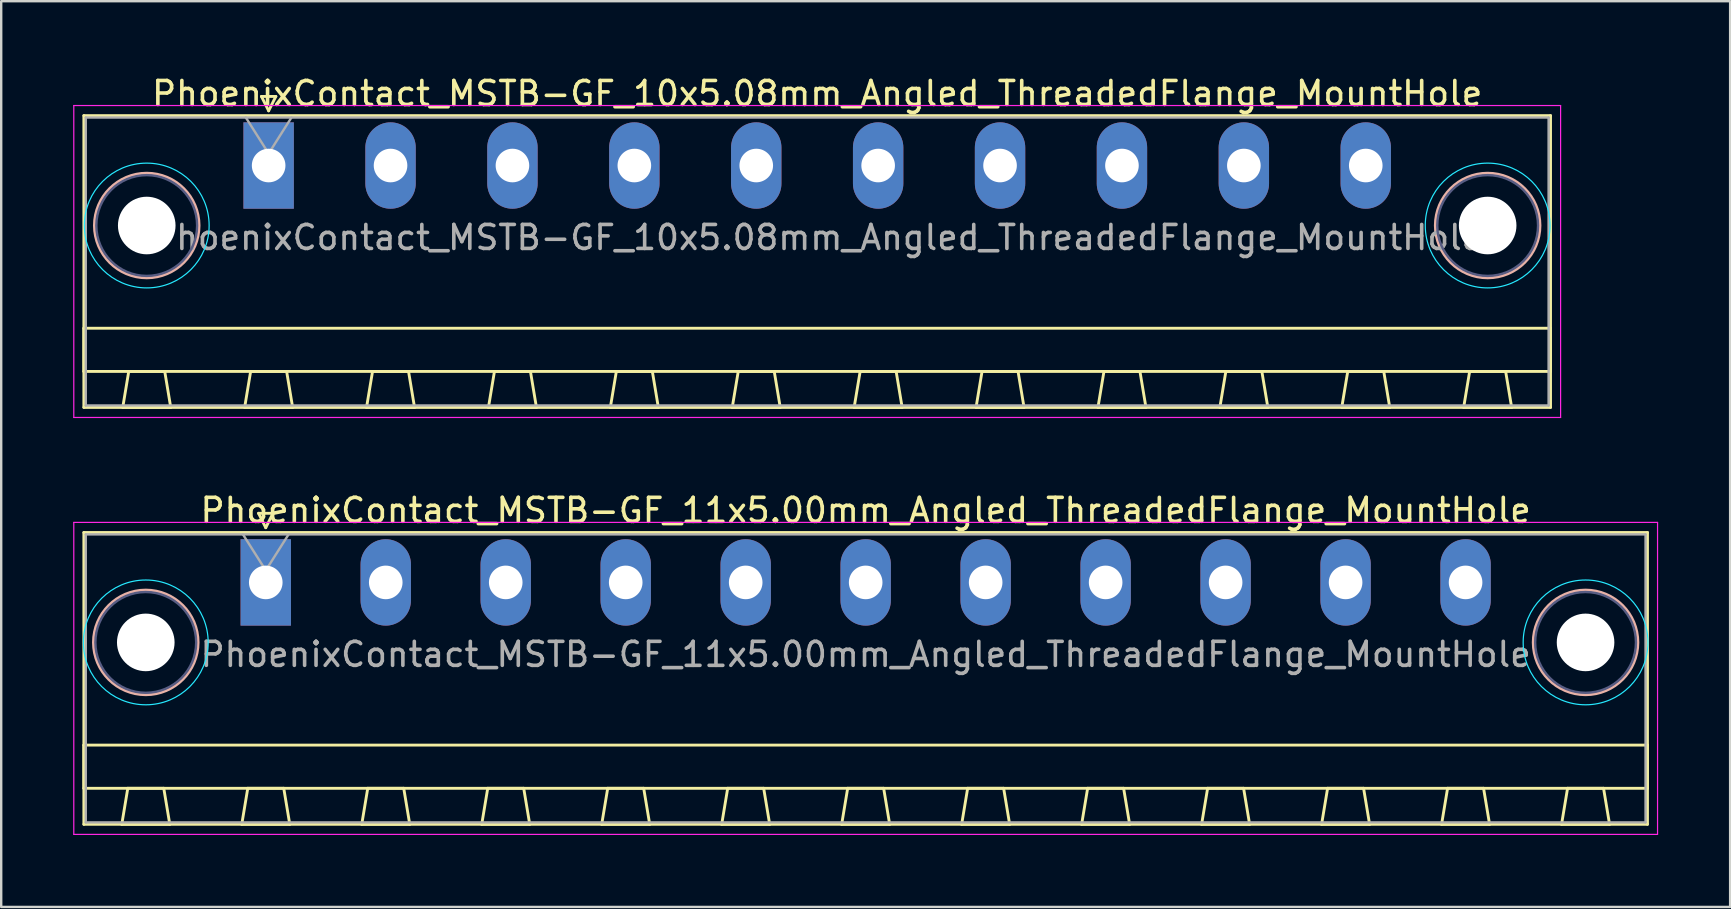
<source format=kicad_pcb>
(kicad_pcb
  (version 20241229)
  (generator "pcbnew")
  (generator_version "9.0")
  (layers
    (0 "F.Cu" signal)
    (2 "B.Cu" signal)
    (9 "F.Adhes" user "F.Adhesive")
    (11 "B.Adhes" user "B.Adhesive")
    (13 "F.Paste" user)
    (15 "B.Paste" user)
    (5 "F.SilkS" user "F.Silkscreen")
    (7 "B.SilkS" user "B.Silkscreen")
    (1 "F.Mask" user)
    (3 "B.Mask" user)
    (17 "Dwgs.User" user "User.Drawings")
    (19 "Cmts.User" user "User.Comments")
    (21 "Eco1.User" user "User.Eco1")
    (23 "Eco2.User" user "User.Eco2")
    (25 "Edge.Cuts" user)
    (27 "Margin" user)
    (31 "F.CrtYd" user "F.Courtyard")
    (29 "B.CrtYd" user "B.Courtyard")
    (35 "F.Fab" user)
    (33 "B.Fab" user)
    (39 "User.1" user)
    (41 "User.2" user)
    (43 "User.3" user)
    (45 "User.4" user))
  (footprint "PhoenixContact_MSTB-GF_10x5.08mm_Angled_ThreadedFlange_MountHole"
    (layer "F.Cu")
    (at 8.145 3.848)
    (property "Reference" "PhoenixContact_MSTB-GF_10x5.08mm_Angled_ThreadedFlange_MountHole" (at 22.86 -3 0) (layer "F.SilkS") (effects (font (size 1 1) (thickness 0.15))))
    (attr through_hole)
    (fp_line (start -7.7 -2.08) (end -7.7 10.08) (stroke (width 0.12) (type solid)) (layer "F.SilkS"))
    (fp_line (start -7.7 6.78) (end 53.42 6.78) (stroke (width 0.12) (type solid)) (layer "F.SilkS"))
    (fp_line (start -7.7 8.58) (end -7.7 6.78) (stroke (width 0.12) (type solid)) (layer "F.SilkS"))
    (fp_line (start -7.7 10.08) (end 53.42 10.08) (stroke (width 0.12) (type solid)) (layer "F.SilkS"))
    (fp_line (start -6.08 10.08) (end -4.08 10.08) (stroke (width 0.12) (type solid)) (layer "F.SilkS"))
    (fp_line (start -5.83 8.58) (end -6.08 10.08) (stroke (width 0.12) (type solid)) (layer "F.SilkS"))
    (fp_line (start -4.33 8.58) (end -5.83 8.58) (stroke (width 0.12) (type solid)) (layer "F.SilkS"))
    (fp_line (start -4.08 10.08) (end -4.33 8.58) (stroke (width 0.12) (type solid)) (layer "F.SilkS"))
    (fp_line (start -1 10.08) (end 1 10.08) (stroke (width 0.12) (type solid)) (layer "F.SilkS"))
    (fp_line (start -0.75 8.58) (end -1 10.08) (stroke (width 0.12) (type solid)) (layer "F.SilkS"))
    (fp_line (start -0.3 -2.88) (end 0.3 -2.88) (stroke (width 0.12) (type solid)) (layer "F.SilkS"))
    (fp_line (start 0 -2.28) (end -0.3 -2.88) (stroke (width 0.12) (type solid)) (layer "F.SilkS"))
    (fp_line (start 0.3 -2.88) (end 0 -2.28) (stroke (width 0.12) (type solid)) (layer "F.SilkS"))
    (fp_line (start 0.75 8.58) (end -0.75 8.58) (stroke (width 0.12) (type solid)) (layer "F.SilkS"))
    (fp_line (start 1 10.08) (end 0.75 8.58) (stroke (width 0.12) (type solid)) (layer "F.SilkS"))
    (fp_line (start 4.08 10.08) (end 6.08 10.08) (stroke (width 0.12) (type solid)) (layer "F.SilkS"))
    (fp_line (start 4.33 8.58) (end 4.08 10.08) (stroke (width 0.12) (type solid)) (layer "F.SilkS"))
    (fp_line (start 5.83 8.58) (end 4.33 8.58) (stroke (width 0.12) (type solid)) (layer "F.SilkS"))
    (fp_line (start 6.08 10.08) (end 5.83 8.58) (stroke (width 0.12) (type solid)) (layer "F.SilkS"))
    (fp_line (start 9.16 10.08) (end 11.16 10.08) (stroke (width 0.12) (type solid)) (layer "F.SilkS"))
    (fp_line (start 9.41 8.58) (end 9.16 10.08) (stroke (width 0.12) (type solid)) (layer "F.SilkS"))
    (fp_line (start 10.91 8.58) (end 9.41 8.58) (stroke (width 0.12) (type solid)) (layer "F.SilkS"))
    (fp_line (start 11.16 10.08) (end 10.91 8.58) (stroke (width 0.12) (type solid)) (layer "F.SilkS"))
    (fp_line (start 14.24 10.08) (end 16.24 10.08) (stroke (width 0.12) (type solid)) (layer "F.SilkS"))
    (fp_line (start 14.49 8.58) (end 14.24 10.08) (stroke (width 0.12) (type solid)) (layer "F.SilkS"))
    (fp_line (start 15.99 8.58) (end 14.49 8.58) (stroke (width 0.12) (type solid)) (layer "F.SilkS"))
    (fp_line (start 16.24 10.08) (end 15.99 8.58) (stroke (width 0.12) (type solid)) (layer "F.SilkS"))
    (fp_line (start 19.32 10.08) (end 21.32 10.08) (stroke (width 0.12) (type solid)) (layer "F.SilkS"))
    (fp_line (start 19.57 8.58) (end 19.32 10.08) (stroke (width 0.12) (type solid)) (layer "F.SilkS"))
    (fp_line (start 21.07 8.58) (end 19.57 8.58) (stroke (width 0.12) (type solid)) (layer "F.SilkS"))
    (fp_line (start 21.32 10.08) (end 21.07 8.58) (stroke (width 0.12) (type solid)) (layer "F.SilkS"))
    (fp_line (start 24.4 10.08) (end 26.4 10.08) (stroke (width 0.12) (type solid)) (layer "F.SilkS"))
    (fp_line (start 24.65 8.58) (end 24.4 10.08) (stroke (width 0.12) (type solid)) (layer "F.SilkS"))
    (fp_line (start 26.15 8.58) (end 24.65 8.58) (stroke (width 0.12) (type solid)) (layer "F.SilkS"))
    (fp_line (start 26.4 10.08) (end 26.15 8.58) (stroke (width 0.12) (type solid)) (layer "F.SilkS"))
    (fp_line (start 29.48 10.08) (end 31.48 10.08) (stroke (width 0.12) (type solid)) (layer "F.SilkS"))
    (fp_line (start 29.73 8.58) (end 29.48 10.08) (stroke (width 0.12) (type solid)) (layer "F.SilkS"))
    (fp_line (start 31.23 8.58) (end 29.73 8.58) (stroke (width 0.12) (type solid)) (layer "F.SilkS"))
    (fp_line (start 31.48 10.08) (end 31.23 8.58) (stroke (width 0.12) (type solid)) (layer "F.SilkS"))
    (fp_line (start 34.56 10.08) (end 36.56 10.08) (stroke (width 0.12) (type solid)) (layer "F.SilkS"))
    (fp_line (start 34.81 8.58) (end 34.56 10.08) (stroke (width 0.12) (type solid)) (layer "F.SilkS"))
    (fp_line (start 36.31 8.58) (end 34.81 8.58) (stroke (width 0.12) (type solid)) (layer "F.SilkS"))
    (fp_line (start 36.56 10.08) (end 36.31 8.58) (stroke (width 0.12) (type solid)) (layer "F.SilkS"))
    (fp_line (start 39.64 10.08) (end 41.64 10.08) (stroke (width 0.12) (type solid)) (layer "F.SilkS"))
    (fp_line (start 39.89 8.58) (end 39.64 10.08) (stroke (width 0.12) (type solid)) (layer "F.SilkS"))
    (fp_line (start 41.39 8.58) (end 39.89 8.58) (stroke (width 0.12) (type solid)) (layer "F.SilkS"))
    (fp_line (start 41.64 10.08) (end 41.39 8.58) (stroke (width 0.12) (type solid)) (layer "F.SilkS"))
    (fp_line (start 44.72 10.08) (end 46.72 10.08) (stroke (width 0.12) (type solid)) (layer "F.SilkS"))
    (fp_line (start 44.97 8.58) (end 44.72 10.08) (stroke (width 0.12) (type solid)) (layer "F.SilkS"))
    (fp_line (start 46.47 8.58) (end 44.97 8.58) (stroke (width 0.12) (type solid)) (layer "F.SilkS"))
    (fp_line (start 46.72 10.08) (end 46.47 8.58) (stroke (width 0.12) (type solid)) (layer "F.SilkS"))
    (fp_line (start 49.8 10.08) (end 51.8 10.08) (stroke (width 0.12) (type solid)) (layer "F.SilkS"))
    (fp_line (start 50.05 8.58) (end 49.8 10.08) (stroke (width 0.12) (type solid)) (layer "F.SilkS"))
    (fp_line (start 51.55 8.58) (end 50.05 8.58) (stroke (width 0.12) (type solid)) (layer "F.SilkS"))
    (fp_line (start 51.8 10.08) (end 51.55 8.58) (stroke (width 0.12) (type solid)) (layer "F.SilkS"))
    (fp_line (start 53.42 -2.08) (end -7.7 -2.08) (stroke (width 0.12) (type solid)) (layer "F.SilkS"))
    (fp_line (start 53.42 6.78) (end 53.42 8.58) (stroke (width 0.12) (type solid)) (layer "F.SilkS"))
    (fp_line (start 53.42 8.58) (end -7.7 8.58) (stroke (width 0.12) (type solid)) (layer "F.SilkS"))
    (fp_line (start 53.42 10.08) (end 53.42 -2.08) (stroke (width 0.12) (type solid)) (layer "F.SilkS"))
    (fp_circle (center -5.08 2.5) (end -2.9 2.5) (stroke (width 0.12) (type solid)) (fill no) (layer "B.SilkS"))
    (fp_circle (center 50.8 2.5) (end 52.98 2.5) (stroke (width 0.12) (type solid)) (fill no) (layer "B.SilkS"))
    (fp_circle (center -5.08 2.5) (end -2.48 2.5) (stroke (width 0.05) (type solid)) (fill no) (layer "B.CrtYd"))
    (fp_circle (center 50.8 2.5) (end 53.4 2.5) (stroke (width 0.05) (type solid)) (fill no) (layer "B.CrtYd"))
    (fp_line (start -8.12 -2.5) (end -8.12 10.5) (stroke (width 0.05) (type solid)) (layer "F.CrtYd"))
    (fp_line (start -8.12 10.5) (end 53.84 10.5) (stroke (width 0.05) (type solid)) (layer "F.CrtYd"))
    (fp_line (start 53.84 -2.5) (end -8.12 -2.5) (stroke (width 0.05) (type solid)) (layer "F.CrtYd"))
    (fp_line (start 53.84 10.5) (end 53.84 -2.5) (stroke (width 0.05) (type solid)) (layer "F.CrtYd"))
    (fp_circle (center -5.08 2.5) (end -2.98 2.5) (stroke (width 0.1) (type solid)) (fill no) (layer "B.Fab"))
    (fp_circle (center 50.8 2.5) (end 52.9 2.5) (stroke (width 0.1) (type solid)) (fill no) (layer "B.Fab"))
    (fp_line (start -7.62 -2) (end -7.62 10) (stroke (width 0.1) (type solid)) (layer "F.Fab"))
    (fp_line (start -7.62 10) (end 53.34 10) (stroke (width 0.1) (type solid)) (layer "F.Fab"))
    (fp_line (start 0 -0.5) (end -0.95 -2) (stroke (width 0.1) (type solid)) (layer "F.Fab"))
    (fp_line (start 0.95 -2) (end 0 -0.5) (stroke (width 0.1) (type solid)) (layer "F.Fab"))
    (fp_line (start 53.34 -2) (end -7.62 -2) (stroke (width 0.1) (type solid)) (layer "F.Fab"))
    (fp_line (start 53.34 10) (end 53.34 -2) (stroke (width 0.1) (type solid)) (layer "F.Fab"))
    (fp_text user "${REFERENCE}" (at 22.86 3 0) (layer "F.Fab") (effects (font (size 1 1) (thickness 0.15))))
    (pad "" np_thru_hole circle (at -5.08 2.5) (size 2.4 2.4) (drill 2.4) (layers "*.Cu" "*.Mask"))
    (pad "" np_thru_hole circle (at 50.8 2.5) (size 2.4 2.4) (drill 2.4) (layers "*.Cu" "*.Mask"))
    (pad "1" thru_hole rect (at 0 0) (size 2.1 3.6) (drill 1.4) (layers "*.Cu" "*.Mask"))
    (pad "2" thru_hole oval (at 5.08 0) (size 2.1 3.6) (drill 1.4) (layers "*.Cu" "*.Mask"))
    (pad "3" thru_hole oval (at 10.16 0) (size 2.1 3.6) (drill 1.4) (layers "*.Cu" "*.Mask"))
    (pad "4" thru_hole oval (at 15.24 0) (size 2.1 3.6) (drill 1.4) (layers "*.Cu" "*.Mask"))
    (pad "5" thru_hole oval (at 20.32 0) (size 2.1 3.6) (drill 1.4) (layers "*.Cu" "*.Mask"))
    (pad "6" thru_hole oval (at 25.4 0) (size 2.1 3.6) (drill 1.4) (layers "*.Cu" "*.Mask"))
    (pad "7" thru_hole oval (at 30.48 0) (size 2.1 3.6) (drill 1.4) (layers "*.Cu" "*.Mask"))
    (pad "8" thru_hole oval (at 35.56 0) (size 2.1 3.6) (drill 1.4) (layers "*.Cu" "*.Mask"))
    (pad "9" thru_hole oval (at 40.64 0) (size 2.1 3.6) (drill 1.4) (layers "*.Cu" "*.Mask"))
    (pad "10" thru_hole oval (at 45.72 0) (size 2.1 3.6) (drill 1.4) (layers "*.Cu" "*.Mask")))
  (footprint "PhoenixContact_MSTB-GF_11x5.00mm_Angled_ThreadedFlange_MountHole"
    (layer "F.Cu")
    (at 8.025 21.221)
    (property "Reference" "PhoenixContact_MSTB-GF_11x5.00mm_Angled_ThreadedFlange_MountHole" (at 25 -3 0) (layer "F.SilkS") (effects (font (size 1 1) (thickness 0.15))))
    (attr through_hole)
    (fp_line (start -7.58 -2.08) (end -7.58 10.08) (stroke (width 0.12) (type solid)) (layer "F.SilkS"))
    (fp_line (start -7.58 6.78) (end 57.58 6.78) (stroke (width 0.12) (type solid)) (layer "F.SilkS"))
    (fp_line (start -7.58 8.58) (end -7.58 6.78) (stroke (width 0.12) (type solid)) (layer "F.SilkS"))
    (fp_line (start -7.58 10.08) (end 57.58 10.08) (stroke (width 0.12) (type solid)) (layer "F.SilkS"))
    (fp_line (start -6 10.08) (end -4 10.08) (stroke (width 0.12) (type solid)) (layer "F.SilkS"))
    (fp_line (start -5.75 8.58) (end -6 10.08) (stroke (width 0.12) (type solid)) (layer "F.SilkS"))
    (fp_line (start -4.25 8.58) (end -5.75 8.58) (stroke (width 0.12) (type solid)) (layer "F.SilkS"))
    (fp_line (start -4 10.08) (end -4.25 8.58) (stroke (width 0.12) (type solid)) (layer "F.SilkS"))
    (fp_line (start -1 10.08) (end 1 10.08) (stroke (width 0.12) (type solid)) (layer "F.SilkS"))
    (fp_line (start -0.75 8.58) (end -1 10.08) (stroke (width 0.12) (type solid)) (layer "F.SilkS"))
    (fp_line (start -0.3 -2.88) (end 0.3 -2.88) (stroke (width 0.12) (type solid)) (layer "F.SilkS"))
    (fp_line (start 0 -2.28) (end -0.3 -2.88) (stroke (width 0.12) (type solid)) (layer "F.SilkS"))
    (fp_line (start 0.3 -2.88) (end 0 -2.28) (stroke (width 0.12) (type solid)) (layer "F.SilkS"))
    (fp_line (start 0.75 8.58) (end -0.75 8.58) (stroke (width 0.12) (type solid)) (layer "F.SilkS"))
    (fp_line (start 1 10.08) (end 0.75 8.58) (stroke (width 0.12) (type solid)) (layer "F.SilkS"))
    (fp_line (start 4 10.08) (end 6 10.08) (stroke (width 0.12) (type solid)) (layer "F.SilkS"))
    (fp_line (start 4.25 8.58) (end 4 10.08) (stroke (width 0.12) (type solid)) (layer "F.SilkS"))
    (fp_line (start 5.75 8.58) (end 4.25 8.58) (stroke (width 0.12) (type solid)) (layer "F.SilkS"))
    (fp_line (start 6 10.08) (end 5.75 8.58) (stroke (width 0.12) (type solid)) (layer "F.SilkS"))
    (fp_line (start 9 10.08) (end 11 10.08) (stroke (width 0.12) (type solid)) (layer "F.SilkS"))
    (fp_line (start 9.25 8.58) (end 9 10.08) (stroke (width 0.12) (type solid)) (layer "F.SilkS"))
    (fp_line (start 10.75 8.58) (end 9.25 8.58) (stroke (width 0.12) (type solid)) (layer "F.SilkS"))
    (fp_line (start 11 10.08) (end 10.75 8.58) (stroke (width 0.12) (type solid)) (layer "F.SilkS"))
    (fp_line (start 14 10.08) (end 16 10.08) (stroke (width 0.12) (type solid)) (layer "F.SilkS"))
    (fp_line (start 14.25 8.58) (end 14 10.08) (stroke (width 0.12) (type solid)) (layer "F.SilkS"))
    (fp_line (start 15.75 8.58) (end 14.25 8.58) (stroke (width 0.12) (type solid)) (layer "F.SilkS"))
    (fp_line (start 16 10.08) (end 15.75 8.58) (stroke (width 0.12) (type solid)) (layer "F.SilkS"))
    (fp_line (start 19 10.08) (end 21 10.08) (stroke (width 0.12) (type solid)) (layer "F.SilkS"))
    (fp_line (start 19.25 8.58) (end 19 10.08) (stroke (width 0.12) (type solid)) (layer "F.SilkS"))
    (fp_line (start 20.75 8.58) (end 19.25 8.58) (stroke (width 0.12) (type solid)) (layer "F.SilkS"))
    (fp_line (start 21 10.08) (end 20.75 8.58) (stroke (width 0.12) (type solid)) (layer "F.SilkS"))
    (fp_line (start 24 10.08) (end 26 10.08) (stroke (width 0.12) (type solid)) (layer "F.SilkS"))
    (fp_line (start 24.25 8.58) (end 24 10.08) (stroke (width 0.12) (type solid)) (layer "F.SilkS"))
    (fp_line (start 25.75 8.58) (end 24.25 8.58) (stroke (width 0.12) (type solid)) (layer "F.SilkS"))
    (fp_line (start 26 10.08) (end 25.75 8.58) (stroke (width 0.12) (type solid)) (layer "F.SilkS"))
    (fp_line (start 29 10.08) (end 31 10.08) (stroke (width 0.12) (type solid)) (layer "F.SilkS"))
    (fp_line (start 29.25 8.58) (end 29 10.08) (stroke (width 0.12) (type solid)) (layer "F.SilkS"))
    (fp_line (start 30.75 8.58) (end 29.25 8.58) (stroke (width 0.12) (type solid)) (layer "F.SilkS"))
    (fp_line (start 31 10.08) (end 30.75 8.58) (stroke (width 0.12) (type solid)) (layer "F.SilkS"))
    (fp_line (start 34 10.08) (end 36 10.08) (stroke (width 0.12) (type solid)) (layer "F.SilkS"))
    (fp_line (start 34.25 8.58) (end 34 10.08) (stroke (width 0.12) (type solid)) (layer "F.SilkS"))
    (fp_line (start 35.75 8.58) (end 34.25 8.58) (stroke (width 0.12) (type solid)) (layer "F.SilkS"))
    (fp_line (start 36 10.08) (end 35.75 8.58) (stroke (width 0.12) (type solid)) (layer "F.SilkS"))
    (fp_line (start 39 10.08) (end 41 10.08) (stroke (width 0.12) (type solid)) (layer "F.SilkS"))
    (fp_line (start 39.25 8.58) (end 39 10.08) (stroke (width 0.12) (type solid)) (layer "F.SilkS"))
    (fp_line (start 40.75 8.58) (end 39.25 8.58) (stroke (width 0.12) (type solid)) (layer "F.SilkS"))
    (fp_line (start 41 10.08) (end 40.75 8.58) (stroke (width 0.12) (type solid)) (layer "F.SilkS"))
    (fp_line (start 44 10.08) (end 46 10.08) (stroke (width 0.12) (type solid)) (layer "F.SilkS"))
    (fp_line (start 44.25 8.58) (end 44 10.08) (stroke (width 0.12) (type solid)) (layer "F.SilkS"))
    (fp_line (start 45.75 8.58) (end 44.25 8.58) (stroke (width 0.12) (type solid)) (layer "F.SilkS"))
    (fp_line (start 46 10.08) (end 45.75 8.58) (stroke (width 0.12) (type solid)) (layer "F.SilkS"))
    (fp_line (start 49 10.08) (end 51 10.08) (stroke (width 0.12) (type solid)) (layer "F.SilkS"))
    (fp_line (start 49.25 8.58) (end 49 10.08) (stroke (width 0.12) (type solid)) (layer "F.SilkS"))
    (fp_line (start 50.75 8.58) (end 49.25 8.58) (stroke (width 0.12) (type solid)) (layer "F.SilkS"))
    (fp_line (start 51 10.08) (end 50.75 8.58) (stroke (width 0.12) (type solid)) (layer "F.SilkS"))
    (fp_line (start 54 10.08) (end 56 10.08) (stroke (width 0.12) (type solid)) (layer "F.SilkS"))
    (fp_line (start 54.25 8.58) (end 54 10.08) (stroke (width 0.12) (type solid)) (layer "F.SilkS"))
    (fp_line (start 55.75 8.58) (end 54.25 8.58) (stroke (width 0.12) (type solid)) (layer "F.SilkS"))
    (fp_line (start 56 10.08) (end 55.75 8.58) (stroke (width 0.12) (type solid)) (layer "F.SilkS"))
    (fp_line (start 57.58 -2.08) (end -7.58 -2.08) (stroke (width 0.12) (type solid)) (layer "F.SilkS"))
    (fp_line (start 57.58 6.78) (end 57.58 8.58) (stroke (width 0.12) (type solid)) (layer "F.SilkS"))
    (fp_line (start 57.58 8.58) (end -7.58 8.58) (stroke (width 0.12) (type solid)) (layer "F.SilkS"))
    (fp_line (start 57.58 10.08) (end 57.58 -2.08) (stroke (width 0.12) (type solid)) (layer "F.SilkS"))
    (fp_circle (center -5 2.5) (end -2.82 2.5) (stroke (width 0.12) (type solid)) (fill no) (layer "B.SilkS"))
    (fp_circle (center 55 2.5) (end 57.18 2.5) (stroke (width 0.12) (type solid)) (fill no) (layer "B.SilkS"))
    (fp_circle (center -5 2.5) (end -2.4 2.5) (stroke (width 0.05) (type solid)) (fill no) (layer "B.CrtYd"))
    (fp_circle (center 55 2.5) (end 57.6 2.5) (stroke (width 0.05) (type solid)) (fill no) (layer "B.CrtYd"))
    (fp_line (start -8 -2.5) (end -8 10.5) (stroke (width 0.05) (type solid)) (layer "F.CrtYd"))
    (fp_line (start -8 10.5) (end 58 10.5) (stroke (width 0.05) (type solid)) (layer "F.CrtYd"))
    (fp_line (start 58 -2.5) (end -8 -2.5) (stroke (width 0.05) (type solid)) (layer "F.CrtYd"))
    (fp_line (start 58 10.5) (end 58 -2.5) (stroke (width 0.05) (type solid)) (layer "F.CrtYd"))
    (fp_circle (center -5 2.5) (end -2.9 2.5) (stroke (width 0.1) (type solid)) (fill no) (layer "B.Fab"))
    (fp_circle (center 55 2.5) (end 57.1 2.5) (stroke (width 0.1) (type solid)) (fill no) (layer "B.Fab"))
    (fp_line (start -7.5 -2) (end -7.5 10) (stroke (width 0.1) (type solid)) (layer "F.Fab"))
    (fp_line (start -7.5 10) (end 57.5 10) (stroke (width 0.1) (type solid)) (layer "F.Fab"))
    (fp_line (start 0 -0.5) (end -0.95 -2) (stroke (width 0.1) (type solid)) (layer "F.Fab"))
    (fp_line (start 0.95 -2) (end 0 -0.5) (stroke (width 0.1) (type solid)) (layer "F.Fab"))
    (fp_line (start 57.5 -2) (end -7.5 -2) (stroke (width 0.1) (type solid)) (layer "F.Fab"))
    (fp_line (start 57.5 10) (end 57.5 -2) (stroke (width 0.1) (type solid)) (layer "F.Fab"))
    (fp_text user "${REFERENCE}" (at 25 3 0) (layer "F.Fab") (effects (font (size 1 1) (thickness 0.15))))
    (pad "" np_thru_hole circle (at -5 2.5) (size 2.4 2.4) (drill 2.4) (layers "*.Cu" "*.Mask"))
    (pad "" np_thru_hole circle (at 55 2.5) (size 2.4 2.4) (drill 2.4) (layers "*.Cu" "*.Mask"))
    (pad "1" thru_hole rect (at 0 0) (size 2.1 3.6) (drill 1.4) (layers "*.Cu" "*.Mask"))
    (pad "2" thru_hole oval (at 5 0) (size 2.1 3.6) (drill 1.4) (layers "*.Cu" "*.Mask"))
    (pad "3" thru_hole oval (at 10 0) (size 2.1 3.6) (drill 1.4) (layers "*.Cu" "*.Mask"))
    (pad "4" thru_hole oval (at 15 0) (size 2.1 3.6) (drill 1.4) (layers "*.Cu" "*.Mask"))
    (pad "5" thru_hole oval (at 20 0) (size 2.1 3.6) (drill 1.4) (layers "*.Cu" "*.Mask"))
    (pad "6" thru_hole oval (at 25 0) (size 2.1 3.6) (drill 1.4) (layers "*.Cu" "*.Mask"))
    (pad "7" thru_hole oval (at 30 0) (size 2.1 3.6) (drill 1.4) (layers "*.Cu" "*.Mask"))
    (pad "8" thru_hole oval (at 35 0) (size 2.1 3.6) (drill 1.4) (layers "*.Cu" "*.Mask"))
    (pad "9" thru_hole oval (at 40 0) (size 2.1 3.6) (drill 1.4) (layers "*.Cu" "*.Mask"))
    (pad "10" thru_hole oval (at 45 0) (size 2.1 3.6) (drill 1.4) (layers "*.Cu" "*.Mask"))
    (pad "11" thru_hole oval (at 50 0) (size 2.1 3.6) (drill 1.4) (layers "*.Cu" "*.Mask")))
  (gr_rect
    (start -3 -3)
    (end 69.05 34.746)
    (stroke (width 0.1) (type default))
    (fill no)
    (layer "Edge.Cuts")))
</source>
